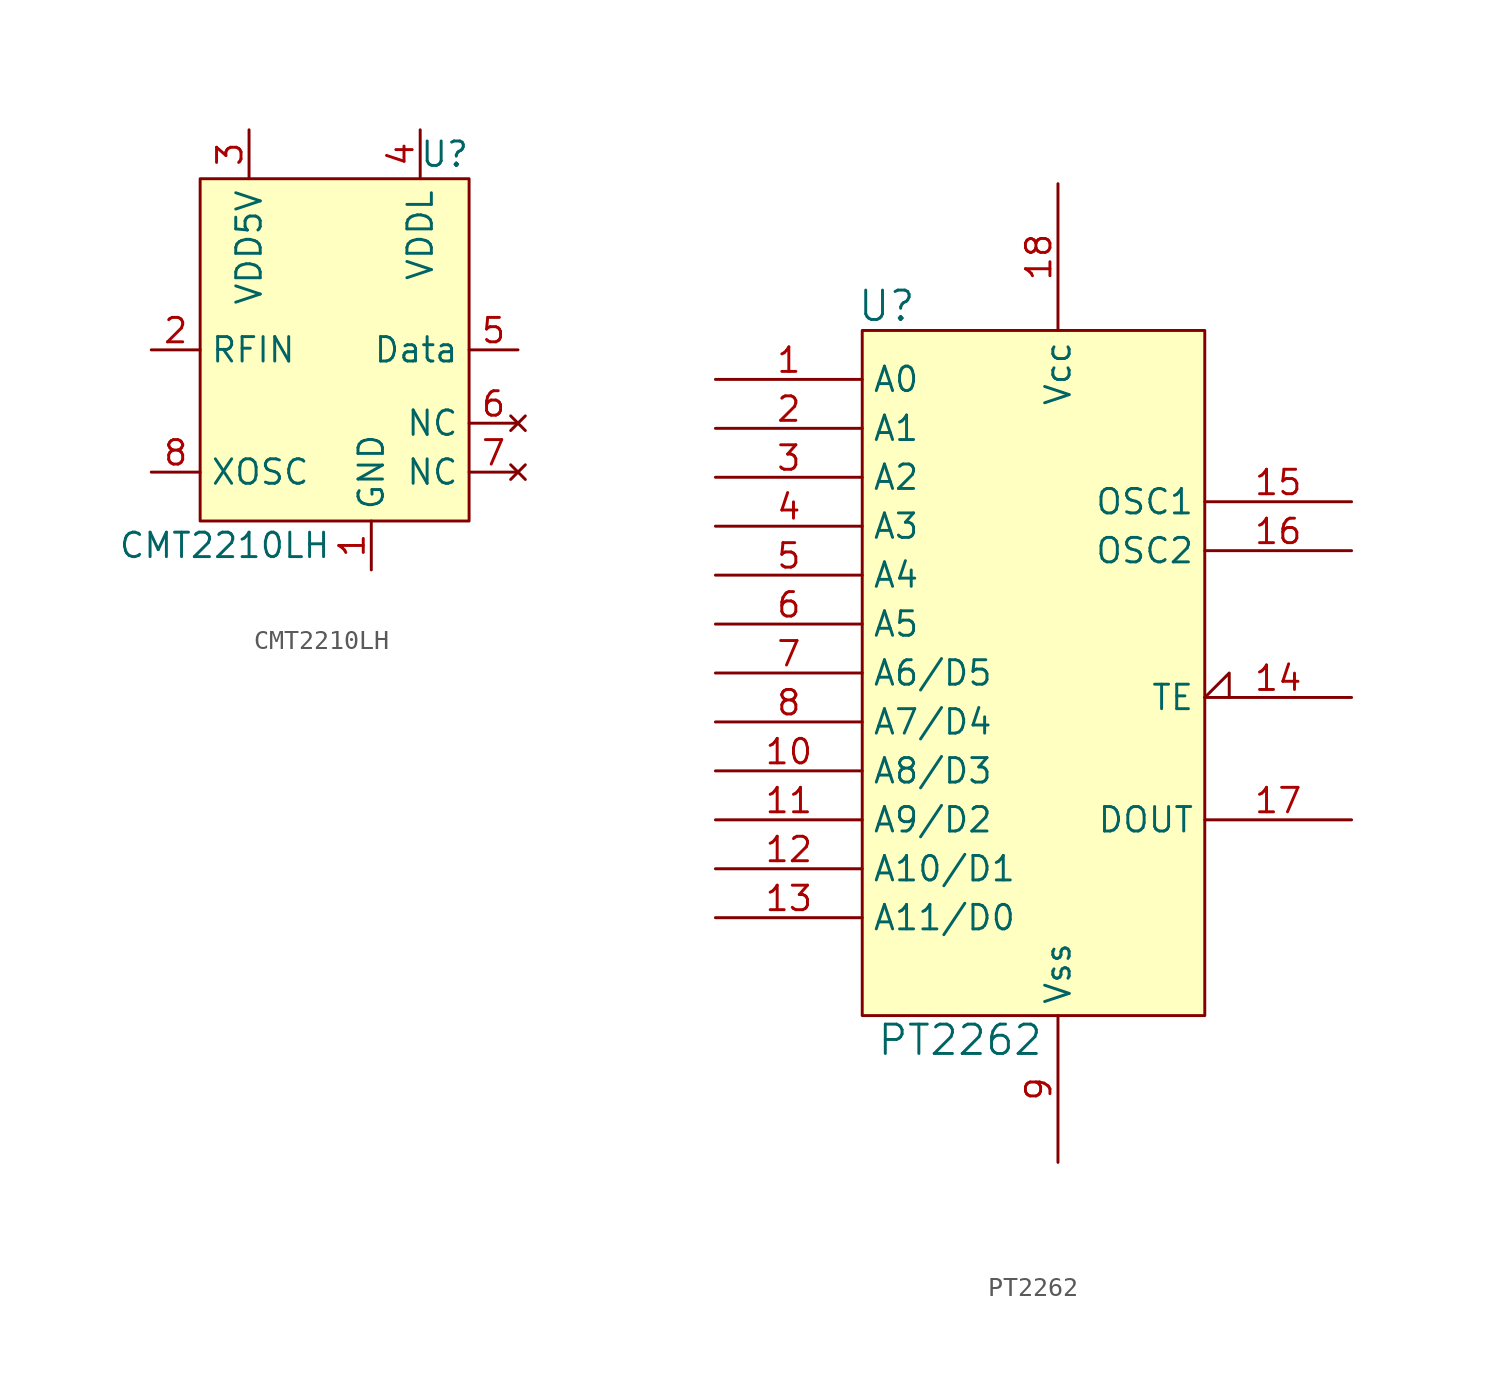
<source format=kicad_sym>
(kicad_symbol_lib
  (version 20211014)
  (generator kicad_symbol_editor)
  (symbol "CMT2210LH"
    (property "Reference" "U"
      (at 7.62 10.16 0)
      (effects (font (size 1.27 1.27))))
    (property "Value" "CMT2210LH"
      (at -3.81 -10.16 0)
      (effects (font (size 1.27 1.27))))
    (symbol "CMT2210LH_0_1"
      (rectangle (start -5.08 8.89) (end 8.89 -8.89) (stroke (width 0) (type default) (color 0 0 0 0)) (fill (type background))))
    (symbol "CMT2210LH_1_1"
      (pin passive line (at 3.81 -11.43 90) (length 2.54) (name "GND" (effects (font (size 1.27 1.27)))) (number "1" (effects (font (size 1.27 1.27)))))
      (pin input line (at -7.62 0 0) (length 2.54) (name "RFIN" (effects (font (size 1.27 1.27)))) (number "2" (effects (font (size 1.27 1.27)))))
      (pin power_in line (at -2.54 11.43 270) (length 2.54) (name "VDD5V" (effects (font (size 1.27 1.27)))) (number "3" (effects (font (size 1.27 1.27)))))
      (pin power_out line (at 6.35 11.43 270) (length 2.54) (name "VDDL" (effects (font (size 1.27 1.27)))) (number "4" (effects (font (size 1.27 1.27)))))
      (pin output line (at 11.43 0 180) (length 2.54) (name "Data" (effects (font (size 1.27 1.27)))) (number "5" (effects (font (size 1.27 1.27)))))
      (pin no_connect line (at 11.43 -3.81 180) (length 2.54) (name "NC" (effects (font (size 1.27 1.27)))) (number "6" (effects (font (size 1.27 1.27)))))
      (pin no_connect line (at 11.43 -6.35 180) (length 2.54) (name "NC" (effects (font (size 1.27 1.27)))) (number "7" (effects (font (size 1.27 1.27)))))
      (pin input line (at -7.62 -6.35 0) (length 2.54) (name "XOSC" (effects (font (size 1.27 1.27)))) (number "8" (effects (font (size 1.27 1.27)))))))
  (symbol "PT2262"
    (property "Reference" "U"
      (at -7.62 17.78 0)
      (effects (font (size 1.524 1.524))))
    (property "Value" "PT2262"
      (at -3.81 -20.32 0)
      (effects (font (size 1.524 1.524))))
    (property "Footprint" ""
      (at 0 0 0)
      (effects (font (size 1.524 1.524))))
    (property "Datasheet" ""
      (at 0 0 0)
      (effects (font (size 1.524 1.524))))
    (symbol "PT2262_0_1"
      (rectangle (start -8.89 16.51) (end 8.89 -19.05) (stroke (width 0) (type default) (color 0 0 0 0)) (fill (type background))))
    (symbol "PT2262_1_1"
      (pin input line (at -16.51 13.97 0) (length 7.62) (name "A0" (effects (font (size 1.27 1.27)))) (number "1" (effects (font (size 1.27 1.27)))))
      (pin input line (at -16.51 -6.35 0) (length 7.62) (name "A8/D3" (effects (font (size 1.27 1.27)))) (number "10" (effects (font (size 1.27 1.27)))))
      (pin input line (at -16.51 -8.89 0) (length 7.62) (name "A9/D2" (effects (font (size 1.27 1.27)))) (number "11" (effects (font (size 1.27 1.27)))))
      (pin input line (at -16.51 -11.43 0) (length 7.62) (name "A10/D1" (effects (font (size 1.27 1.27)))) (number "12" (effects (font (size 1.27 1.27)))))
      (pin input line (at -16.51 -13.97 0) (length 7.62) (name "A11/D0" (effects (font (size 1.27 1.27)))) (number "13" (effects (font (size 1.27 1.27)))))
      (pin input input_low (at 16.51 -2.54 180) (length 7.62) (name "TE" (effects (font (size 1.27 1.27)))) (number "14" (effects (font (size 1.27 1.27)))))
      (pin bidirectional line (at 16.51 7.62 180) (length 7.62) (name "OSC1" (effects (font (size 1.27 1.27)))) (number "15" (effects (font (size 1.27 1.27)))))
      (pin bidirectional line (at 16.51 5.08 180) (length 7.62) (name "OSC2" (effects (font (size 1.27 1.27)))) (number "16" (effects (font (size 1.27 1.27)))))
      (pin output line (at 16.51 -8.89 180) (length 7.62) (name "DOUT" (effects (font (size 1.27 1.27)))) (number "17" (effects (font (size 1.27 1.27)))))
      (pin power_in line (at 1.27 24.13 270) (length 7.62) (name "Vcc" (effects (font (size 1.27 1.27)))) (number "18" (effects (font (size 1.27 1.27)))))
      (pin input line (at -16.51 11.43 0) (length 7.62) (name "A1" (effects (font (size 1.27 1.27)))) (number "2" (effects (font (size 1.27 1.27)))))
      (pin input line (at -16.51 8.89 0) (length 7.62) (name "A2" (effects (font (size 1.27 1.27)))) (number "3" (effects (font (size 1.27 1.27)))))
      (pin input line (at -16.51 6.35 0) (length 7.62) (name "A3" (effects (font (size 1.27 1.27)))) (number "4" (effects (font (size 1.27 1.27)))))
      (pin input line (at -16.51 3.81 0) (length 7.62) (name "A4" (effects (font (size 1.27 1.27)))) (number "5" (effects (font (size 1.27 1.27)))))
      (pin input line (at -16.51 1.27 0) (length 7.62) (name "A5" (effects (font (size 1.27 1.27)))) (number "6" (effects (font (size 1.27 1.27)))))
      (pin input line (at -16.51 -1.27 0) (length 7.62) (name "A6/D5" (effects (font (size 1.27 1.27)))) (number "7" (effects (font (size 1.27 1.27)))))
      (pin input line (at -16.51 -3.81 0) (length 7.62) (name "A7/D4" (effects (font (size 1.27 1.27)))) (number "8" (effects (font (size 1.27 1.27)))))
      (pin passive line (at 1.27 -26.67 90) (length 7.62) (name "Vss" (effects (font (size 1.27 1.27)))) (number "9" (effects (font (size 1.27 1.27))))))))
</source>
